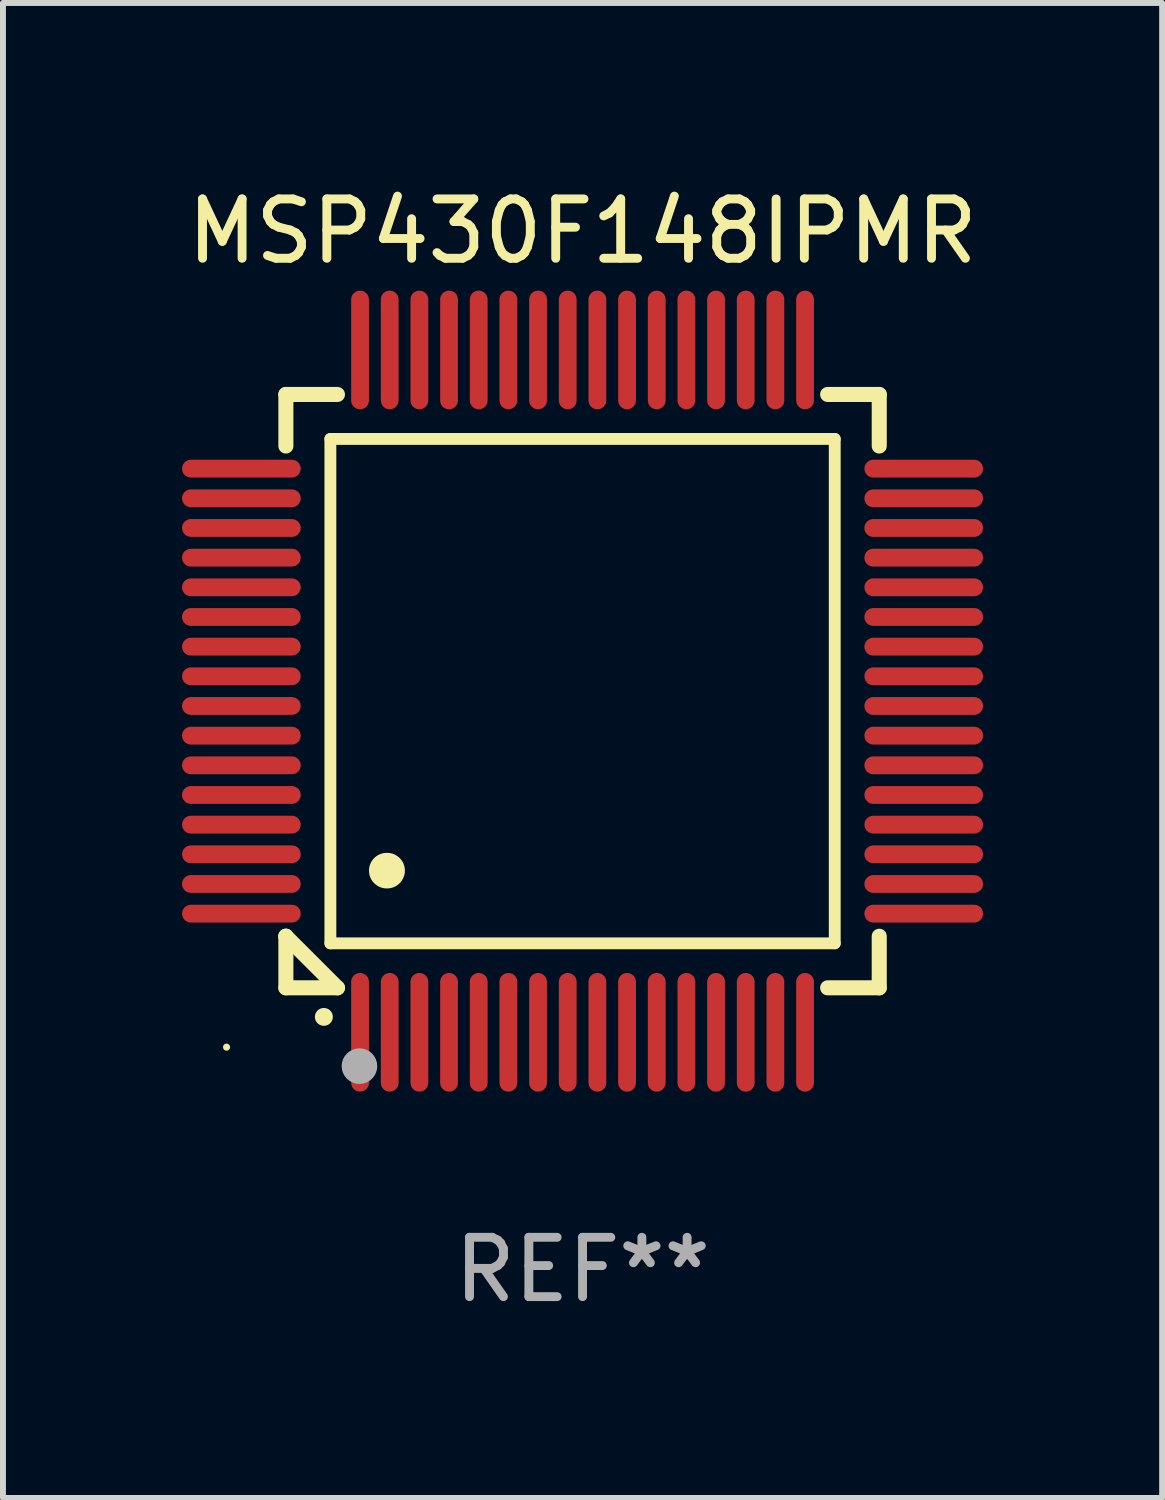
<source format=kicad_pcb>
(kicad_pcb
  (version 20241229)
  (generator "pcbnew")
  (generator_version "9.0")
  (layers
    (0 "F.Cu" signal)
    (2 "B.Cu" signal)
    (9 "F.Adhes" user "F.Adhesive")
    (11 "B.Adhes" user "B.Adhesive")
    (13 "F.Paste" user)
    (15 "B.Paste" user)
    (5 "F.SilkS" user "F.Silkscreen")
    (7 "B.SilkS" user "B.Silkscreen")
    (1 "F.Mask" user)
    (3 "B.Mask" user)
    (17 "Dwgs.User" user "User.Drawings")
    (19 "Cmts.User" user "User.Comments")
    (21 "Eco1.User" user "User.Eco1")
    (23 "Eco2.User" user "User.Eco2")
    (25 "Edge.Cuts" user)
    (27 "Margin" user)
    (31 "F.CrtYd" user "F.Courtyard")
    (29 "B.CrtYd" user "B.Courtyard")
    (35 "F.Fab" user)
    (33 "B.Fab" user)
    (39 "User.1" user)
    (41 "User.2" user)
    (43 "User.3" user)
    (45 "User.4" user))
  (footprint "MSP430F148IPMR"
    (layer "F.Cu")
    (at 6.768 8.598)
    (property "Reference" "MSP430F148IPMR" (at 0 -7.75 0) (layer "F.SilkS") (effects (font (size 1 1) (thickness 0.15))))
    (attr through_hole)
    (fp_line (start -5 -5) (end -4.131 -5) (stroke (width 0.254) (type solid)) (layer "F.SilkS"))
    (fp_line (start -5 -4.131) (end -5 -5) (stroke (width 0.254) (type solid)) (layer "F.SilkS"))
    (fp_line (start -5 4.131) (end -5 4.131) (stroke (width 0.254) (type solid)) (layer "F.SilkS"))
    (fp_line (start -5 5) (end -5 4.131) (stroke (width 0.254) (type solid)) (layer "F.SilkS"))
    (fp_line (start -5 4.131) (end -4.131 5) (stroke (width 0.254) (type solid)) (layer "F.SilkS"))
    (fp_line (start -4.25 -4.25) (end -4.25 4.25) (stroke (width 0.2) (type solid)) (layer "F.SilkS"))
    (fp_line (start -4.25 4.25) (end 4.25 4.25) (stroke (width 0.2) (type solid)) (layer "F.SilkS"))
    (fp_line (start -4.131 5) (end -5 5) (stroke (width 0.254) (type solid)) (layer "F.SilkS"))
    (fp_line (start 4.25 -4.25) (end -4.25 -4.25) (stroke (width 0.2) (type solid)) (layer "F.SilkS"))
    (fp_line (start 4.25 4.25) (end 4.25 -4.25) (stroke (width 0.2) (type solid)) (layer "F.SilkS"))
    (fp_line (start 5 -5) (end 4.131 -5) (stroke (width 0.254) (type solid)) (layer "F.SilkS"))
    (fp_line (start 5 -5) (end 5 -4.131) (stroke (width 0.254) (type solid)) (layer "F.SilkS"))
    (fp_line (start 5 4.131) (end 5 5) (stroke (width 0.254) (type solid)) (layer "F.SilkS"))
    (fp_line (start 5 5) (end 4.131 5) (stroke (width 0.254) (type solid)) (layer "F.SilkS"))
    (fp_arc (start -4.361265 5.489992) (mid -4.359995 5.489987) (end -4.358725 5.489992) (stroke (width 0.3) (type solid)) (layer "F.SilkS"))
    (fp_arc (start -3.299467 3.025146) (mid -3.296927 3.025135) (end -3.294387 3.025146) (stroke (width 0.6) (type solid)) (layer "F.SilkS"))
    (fp_circle (center -6 6) (end -5.97 6) (stroke (width 0.06) (type solid)) (fill no) (layer "F.SilkS"))
    (fp_circle (center -3.76 6.32) (end -3.61 6.32) (stroke (width 0.3) (type solid)) (fill no) (layer "F.Fab"))
    (fp_text user "REF**" (at 0 9.75 0) (layer "F.Fab") (effects (font (size 1 1) (thickness 0.15))))
    (pad "1" smd oval (at -3.75 5.75) (size 0.3 2) (layers "F.Cu" "F.Mask" "F.Paste"))
    (pad "2" smd oval (at -3.25 5.75) (size 0.3 2) (layers "F.Cu" "F.Mask" "F.Paste"))
    (pad "3" smd oval (at -2.75 5.75) (size 0.3 2) (layers "F.Cu" "F.Mask" "F.Paste"))
    (pad "4" smd oval (at -2.25 5.75) (size 0.3 2) (layers "F.Cu" "F.Mask" "F.Paste"))
    (pad "5" smd oval (at -1.75 5.75) (size 0.3 2) (layers "F.Cu" "F.Mask" "F.Paste"))
    (pad "6" smd oval (at -1.25 5.75) (size 0.3 2) (layers "F.Cu" "F.Mask" "F.Paste"))
    (pad "7" smd oval (at -0.75 5.75) (size 0.3 2) (layers "F.Cu" "F.Mask" "F.Paste"))
    (pad "8" smd oval (at -0.25 5.75) (size 0.3 2) (layers "F.Cu" "F.Mask" "F.Paste"))
    (pad "9" smd oval (at 0.25 5.75) (size 0.3 2) (layers "F.Cu" "F.Mask" "F.Paste"))
    (pad "10" smd oval (at 0.75 5.75) (size 0.3 2) (layers "F.Cu" "F.Mask" "F.Paste"))
    (pad "11" smd oval (at 1.25 5.75) (size 0.3 2) (layers "F.Cu" "F.Mask" "F.Paste"))
    (pad "12" smd oval (at 1.75 5.75) (size 0.3 2) (layers "F.Cu" "F.Mask" "F.Paste"))
    (pad "13" smd oval (at 2.25 5.75) (size 0.3 2) (layers "F.Cu" "F.Mask" "F.Paste"))
    (pad "14" smd oval (at 2.75 5.75) (size 0.3 2) (layers "F.Cu" "F.Mask" "F.Paste"))
    (pad "15" smd oval (at 3.25 5.75) (size 0.3 2) (layers "F.Cu" "F.Mask" "F.Paste"))
    (pad "16" smd oval (at 3.75 5.75) (size 0.3 2) (layers "F.Cu" "F.Mask" "F.Paste"))
    (pad "17" smd oval (at 5.75 3.75) (size 2 0.3) (layers "F.Cu" "F.Mask" "F.Paste"))
    (pad "18" smd oval (at 5.75 3.25) (size 2 0.3) (layers "F.Cu" "F.Mask" "F.Paste"))
    (pad "19" smd oval (at 5.75 2.75) (size 2 0.3) (layers "F.Cu" "F.Mask" "F.Paste"))
    (pad "20" smd oval (at 5.75 2.25) (size 2 0.3) (layers "F.Cu" "F.Mask" "F.Paste"))
    (pad "21" smd oval (at 5.75 1.75) (size 2 0.3) (layers "F.Cu" "F.Mask" "F.Paste"))
    (pad "22" smd oval (at 5.75 1.25) (size 2 0.3) (layers "F.Cu" "F.Mask" "F.Paste"))
    (pad "23" smd oval (at 5.75 0.75) (size 2 0.3) (layers "F.Cu" "F.Mask" "F.Paste"))
    (pad "24" smd oval (at 5.75 0.25) (size 2 0.3) (layers "F.Cu" "F.Mask" "F.Paste"))
    (pad "25" smd oval (at 5.75 -0.25) (size 2 0.3) (layers "F.Cu" "F.Mask" "F.Paste"))
    (pad "26" smd oval (at 5.75 -0.75) (size 2 0.3) (layers "F.Cu" "F.Mask" "F.Paste"))
    (pad "27" smd oval (at 5.75 -1.25) (size 2 0.3) (layers "F.Cu" "F.Mask" "F.Paste"))
    (pad "28" smd oval (at 5.75 -1.75) (size 2 0.3) (layers "F.Cu" "F.Mask" "F.Paste"))
    (pad "29" smd oval (at 5.75 -2.25) (size 2 0.3) (layers "F.Cu" "F.Mask" "F.Paste"))
    (pad "30" smd oval (at 5.75 -2.75) (size 2 0.3) (layers "F.Cu" "F.Mask" "F.Paste"))
    (pad "31" smd oval (at 5.75 -3.25) (size 2 0.3) (layers "F.Cu" "F.Mask" "F.Paste"))
    (pad "32" smd oval (at 5.75 -3.75) (size 2 0.3) (layers "F.Cu" "F.Mask" "F.Paste"))
    (pad "33" smd oval (at 3.75 -5.75) (size 0.3 2) (layers "F.Cu" "F.Mask" "F.Paste"))
    (pad "34" smd oval (at 3.25 -5.75) (size 0.3 2) (layers "F.Cu" "F.Mask" "F.Paste"))
    (pad "35" smd oval (at 2.75 -5.75) (size 0.3 2) (layers "F.Cu" "F.Mask" "F.Paste"))
    (pad "36" smd oval (at 2.25 -5.75) (size 0.3 2) (layers "F.Cu" "F.Mask" "F.Paste"))
    (pad "37" smd oval (at 1.75 -5.75) (size 0.3 2) (layers "F.Cu" "F.Mask" "F.Paste"))
    (pad "38" smd oval (at 1.25 -5.75) (size 0.3 2) (layers "F.Cu" "F.Mask" "F.Paste"))
    (pad "39" smd oval (at 0.75 -5.75) (size 0.3 2) (layers "F.Cu" "F.Mask" "F.Paste"))
    (pad "40" smd oval (at 0.25 -5.75) (size 0.3 2) (layers "F.Cu" "F.Mask" "F.Paste"))
    (pad "41" smd oval (at -0.25 -5.75) (size 0.3 2) (layers "F.Cu" "F.Mask" "F.Paste"))
    (pad "42" smd oval (at -0.75 -5.75) (size 0.3 2) (layers "F.Cu" "F.Mask" "F.Paste"))
    (pad "43" smd oval (at -1.25 -5.75) (size 0.3 2) (layers "F.Cu" "F.Mask" "F.Paste"))
    (pad "44" smd oval (at -1.75 -5.75) (size 0.3 2) (layers "F.Cu" "F.Mask" "F.Paste"))
    (pad "45" smd oval (at -2.25 -5.75) (size 0.3 2) (layers "F.Cu" "F.Mask" "F.Paste"))
    (pad "46" smd oval (at -2.75 -5.75) (size 0.3 2) (layers "F.Cu" "F.Mask" "F.Paste"))
    (pad "47" smd oval (at -3.25 -5.75) (size 0.3 2) (layers "F.Cu" "F.Mask" "F.Paste"))
    (pad "48" smd oval (at -3.75 -5.75) (size 0.3 2) (layers "F.Cu" "F.Mask" "F.Paste"))
    (pad "49" smd oval (at -5.75 -3.75) (size 2 0.3) (layers "F.Cu" "F.Mask" "F.Paste"))
    (pad "50" smd oval (at -5.75 -3.25) (size 2 0.3) (layers "F.Cu" "F.Mask" "F.Paste"))
    (pad "51" smd oval (at -5.75 -2.75) (size 2 0.3) (layers "F.Cu" "F.Mask" "F.Paste"))
    (pad "52" smd oval (at -5.75 -2.25) (size 2 0.3) (layers "F.Cu" "F.Mask" "F.Paste"))
    (pad "53" smd oval (at -5.75 -1.75) (size 2 0.3) (layers "F.Cu" "F.Mask" "F.Paste"))
    (pad "54" smd oval (at -5.75 -1.25) (size 2 0.3) (layers "F.Cu" "F.Mask" "F.Paste"))
    (pad "55" smd oval (at -5.75 -0.75) (size 2 0.3) (layers "F.Cu" "F.Mask" "F.Paste"))
    (pad "56" smd oval (at -5.75 -0.25) (size 2 0.3) (layers "F.Cu" "F.Mask" "F.Paste"))
    (pad "57" smd oval (at -5.75 0.25) (size 2 0.3) (layers "F.Cu" "F.Mask" "F.Paste"))
    (pad "58" smd oval (at -5.75 0.75) (size 2 0.3) (layers "F.Cu" "F.Mask" "F.Paste"))
    (pad "59" smd oval (at -5.75 1.25) (size 2 0.3) (layers "F.Cu" "F.Mask" "F.Paste"))
    (pad "60" smd oval (at -5.75 1.75) (size 2 0.3) (layers "F.Cu" "F.Mask" "F.Paste"))
    (pad "61" smd oval (at -5.75 2.25) (size 2 0.3) (layers "F.Cu" "F.Mask" "F.Paste"))
    (pad "62" smd oval (at -5.75 2.75) (size 2 0.3) (layers "F.Cu" "F.Mask" "F.Paste"))
    (pad "63" smd oval (at -5.75 3.25) (size 2 0.3) (layers "F.Cu" "F.Mask" "F.Paste"))
    (pad "64" smd oval (at -5.75 3.75) (size 2 0.3) (layers "F.Cu" "F.Mask" "F.Paste")))
  (gr_rect
    (start -3 -3)
    (end 16.536 22.196)
    (stroke (width 0.1) (type default))
    (fill no)
    (layer "Edge.Cuts")))
</source>
